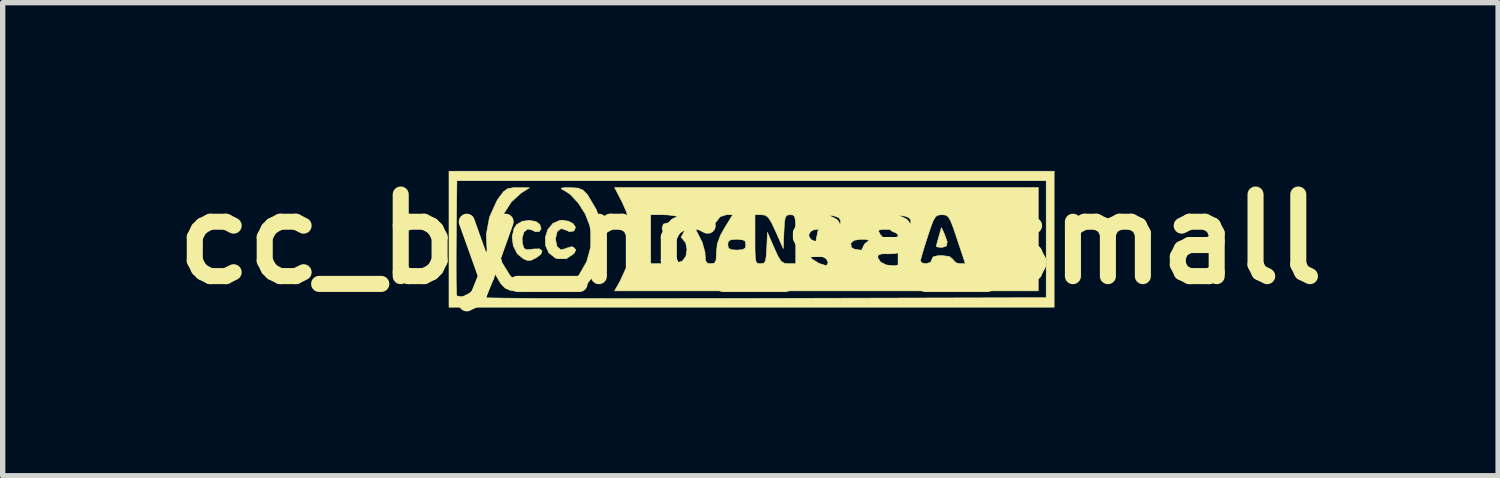
<source format=kicad_pcb>
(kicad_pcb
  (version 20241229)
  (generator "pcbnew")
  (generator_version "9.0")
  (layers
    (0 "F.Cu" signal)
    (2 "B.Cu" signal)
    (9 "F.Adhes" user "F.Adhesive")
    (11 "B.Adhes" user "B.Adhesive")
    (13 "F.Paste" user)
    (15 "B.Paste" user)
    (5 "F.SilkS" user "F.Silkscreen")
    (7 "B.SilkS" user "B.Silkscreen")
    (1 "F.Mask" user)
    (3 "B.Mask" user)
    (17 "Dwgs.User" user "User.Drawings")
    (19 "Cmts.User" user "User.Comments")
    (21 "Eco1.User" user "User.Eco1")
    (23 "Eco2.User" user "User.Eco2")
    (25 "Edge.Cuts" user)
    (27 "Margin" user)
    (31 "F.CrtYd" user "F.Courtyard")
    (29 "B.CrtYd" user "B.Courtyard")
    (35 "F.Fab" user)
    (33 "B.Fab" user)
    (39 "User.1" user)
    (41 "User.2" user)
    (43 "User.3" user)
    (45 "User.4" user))
  (footprint "cc_by_nc_sa_small"
    (layer "F.Cu")
    (at 10.966 1.418)
    (property "Reference" "cc_by_nc_sa_small" (at 0 0 0) (layer "F.SilkS") (effects (font (size 1.524 1.524) (thickness 0.3))))
    (attr through_hole)
    (fp_poly (pts (xy -1.462 -0.281) (xy -1.439 -0.203) (xy -1.464 -0.124) (xy -1.545 -0.102) (xy -1.628 -0.125) (xy -1.651 -0.203) (xy -1.626 -0.283) (xy -1.545 -0.305) (xy -1.462 -0.281)) (stroke (width 0.01) (type solid)) (fill yes) (layer "F.SilkS"))
    (fp_poly (pts (xy -1.444 0.097) (xy -1.403 0.169) (xy -1.427 0.247) (xy -1.499 0.298) (xy -1.544 0.305) (xy -1.625 0.284) (xy -1.65 0.204) (xy -1.651 0.178) (xy -1.622 0.077) (xy -1.546 0.05) (xy -1.444 0.097)) (stroke (width 0.01) (type solid)) (fill yes) (layer "F.SilkS"))
    (fp_poly (pts (xy 3.624 -0.096) (xy 3.675 0.046) (xy 3.663 0.125) (xy 3.587 0.152) (xy 3.577 0.152) (xy 3.498 0.146) (xy 3.471 0.135) (xy 3.484 0.08) (xy 3.514 -0.032) (xy 3.52 -0.05) (xy 3.568 -0.217) (xy 3.624 -0.096)) (stroke (width 0.01) (type solid)) (fill yes) (layer "F.SilkS"))
    (fp_poly (pts (xy -4.128 -0.961) (xy -4.287 -0.86) (xy -4.465 -0.697) (xy -4.612 -0.469) (xy -4.706 -0.214) (xy -4.723 -0.121) (xy -4.719 0.169) (xy -4.637 0.442) (xy -4.488 0.682) (xy -4.278 0.871) (xy -4.255 0.885) (xy -4.128 0.965) (xy -4.342 0.965) (xy -4.485 0.955) (xy -4.58 0.914) (xy -4.664 0.827) (xy -4.665 0.826) (xy -4.829 0.546) (xy -4.918 0.235) (xy -4.933 -0.09) (xy -4.873 -0.412) (xy -4.738 -0.713) (xy -4.697 -0.775) (xy -4.611 -0.889) (xy -4.533 -0.944) (xy -4.428 -0.962) (xy -4.347 -0.963) (xy -4.128 -0.961)) (stroke (width 0.01) (type solid)) (fill yes) (layer "F.SilkS"))
    (fp_poly (pts (xy -4.006 -0.33) (xy -3.934 -0.276) (xy -3.909 -0.193) (xy -3.945 -0.143) (xy -4.02 -0.141) (xy -4.07 -0.169) (xy -4.159 -0.191) (xy -4.23 -0.134) (xy -4.264 -0.022) (xy -4.258 0.078) (xy -4.232 0.165) (xy -4.186 0.197) (xy -4.091 0.189) (xy -4.062 0.183) (xy -3.942 0.18) (xy -3.891 0.218) (xy -3.914 0.281) (xy -4.002 0.347) (xy -4.097 0.393) (xy -4.166 0.396) (xy -4.233 0.37) (xy -4.354 0.272) (xy -4.429 0.124) (xy -4.451 -0.045) (xy -4.414 -0.202) (xy -4.368 -0.272) (xy -4.264 -0.334) (xy -4.131 -0.353) (xy -4.006 -0.33)) (stroke (width 0.01) (type solid)) (fill yes) (layer "F.SilkS"))
    (fp_poly (pts (xy -3.221 -0.955) (xy -3.126 -0.916) (xy -3.043 -0.83) (xy -3.04 -0.826) (xy -2.874 -0.545) (xy -2.781 -0.236) (xy -2.762 0.085) (xy -2.817 0.4) (xy -2.947 0.691) (xy -2.993 0.76) (xy -3.088 0.882) (xy -3.169 0.943) (xy -3.271 0.964) (xy -3.337 0.965) (xy -3.535 0.965) (xy -3.404 0.869) (xy -3.201 0.669) (xy -3.058 0.42) (xy -2.982 0.142) (xy -2.981 -0.146) (xy -3.002 -0.26) (xy -3.084 -0.471) (xy -3.213 -0.674) (xy -3.363 -0.835) (xy -3.449 -0.894) (xy -3.521 -0.934) (xy -3.533 -0.954) (xy -3.478 -0.961) (xy -3.363 -0.963) (xy -3.221 -0.955)) (stroke (width 0.01) (type solid)) (fill yes) (layer "F.SilkS"))
    (fp_poly (pts (xy -3.393 -0.335) (xy -3.306 -0.285) (xy -3.267 -0.221) (xy -3.293 -0.159) (xy -3.301 -0.153) (xy -3.383 -0.142) (xy -3.43 -0.165) (xy -3.533 -0.2) (xy -3.608 -0.146) (xy -3.64 -0.016) (xy -3.641 0) (xy -3.613 0.136) (xy -3.541 0.198) (xy -3.441 0.173) (xy -3.43 0.165) (xy -3.338 0.139) (xy -3.298 0.155) (xy -3.261 0.201) (xy -3.291 0.26) (xy -3.302 0.272) (xy -3.44 0.365) (xy -3.602 0.365) (xy -3.645 0.349) (xy -3.766 0.254) (xy -3.827 0.118) (xy -3.831 -0.035) (xy -3.785 -0.18) (xy -3.691 -0.294) (xy -3.556 -0.353) (xy -3.512 -0.356) (xy -3.393 -0.335)) (stroke (width 0.01) (type solid)) (fill yes) (layer "F.SilkS"))
    (fp_poly (pts (xy 5.673 1.27) (xy -5.63 1.27) (xy -5.63 0.551) (xy -5.496 0.551) (xy -5.495 0.786) (xy -5.491 0.957) (xy -5.486 1.046) (xy -5.484 1.053) (xy -5.467 1.063) (xy -5.42 1.071) (xy -5.339 1.079) (xy -5.221 1.086) (xy -5.061 1.091) (xy -4.855 1.096) (xy -4.601 1.1) (xy -4.294 1.103) (xy -3.931 1.106) (xy -3.507 1.107) (xy -3.02 1.108) (xy -2.464 1.109) (xy -1.837 1.108) (xy -1.134 1.107) (xy -0.352 1.106) (xy 0.03 1.105) (xy 5.524 1.092) (xy 5.524 -1.092) (xy -5.482 -1.092) (xy -5.494 -0.052) (xy -5.496 0.266) (xy -5.496 0.551) (xy -5.63 0.551) (xy -5.63 -1.27) (xy 5.673 -1.27) (xy 5.673 1.27)) (stroke (width 0.01) (type solid)) (fill yes) (layer "F.SilkS"))
    (fp_poly (pts (xy 5.376 -0.965) (xy 5.376 0.965) (xy -2.537 0.965) (xy -2.435 0.785) (xy -2.319 0.532) (xy -2.26 0.266) (xy -2.249 -0.047) (xy -2.251 -0.1) (xy -2.27 -0.327) (xy -2.302 -0.457) (xy -1.863 -0.457) (xy -1.863 0.457) (xy -1.606 0.457) (xy -1.454 0.449) (xy -1.326 0.427) (xy -1.267 0.405) (xy -1.205 0.317) (xy -1.185 0.189) (xy -1.209 0.068) (xy -1.254 0.01) (xy -1.296 -0.041) (xy -1.275 -0.072) (xy -1.232 -0.155) (xy -1.235 -0.272) (xy -1.279 -0.376) (xy -1.31 -0.405) (xy -1.397 -0.434) (xy -1.533 -0.453) (xy -1.627 -0.457) (xy -1.183 -0.457) (xy -1.015 -0.169) (xy -0.899 0.061) (xy -0.849 0.244) (xy -0.847 0.288) (xy -0.838 0.404) (xy -0.799 0.451) (xy -0.741 0.457) (xy -0.673 0.447) (xy -0.643 0.396) (xy -0.635 0.276) (xy -0.635 0.248) (xy -0.62 0.102) (xy -0.423 0.102) (xy -0.409 0.168) (xy -0.352 0.197) (xy -0.254 0.203) (xy -0.143 0.195) (xy -0.094 0.16) (xy -0.085 0.102) (xy -0.099 0.035) (xy -0.156 0.006) (xy -0.254 0) (xy -0.365 0.009) (xy -0.414 0.043) (xy -0.423 0.102) (xy -0.62 0.102) (xy -0.619 0.087) (xy -0.56 -0.071) (xy -0.483 -0.209) (xy -0.331 -0.457) (xy 0.085 -0.457) (xy 0.085 0) (xy 0.086 0.216) (xy 0.091 0.351) (xy 0.106 0.423) (xy 0.134 0.452) (xy 0.181 0.457) (xy 0.188 0.457) (xy 0.247 0.449) (xy 0.28 0.409) (xy 0.296 0.312) (xy 0.305 0.165) (xy 0.318 -0.127) (xy 0.445 0.165) (xy 0.518 0.325) (xy 0.576 0.413) (xy 0.636 0.45) (xy 0.709 0.457) (xy 0.847 0.457) (xy 0.847 0.037) (xy 1.012 0.037) (xy 1.052 0.22) (xy 1.15 0.369) (xy 1.282 0.452) (xy 1.406 0.491) (xy 1.489 0.501) (xy 1.57 0.485) (xy 1.598 0.476) (xy 1.672 0.42) (xy 1.693 0.361) (xy 1.685 0.334) (xy 2.378 0.334) (xy 2.379 0.346) (xy 2.432 0.429) (xy 2.541 0.481) (xy 2.682 0.496) (xy 2.829 0.468) (xy 2.864 0.454) (xy 2.927 0.41) (xy 3.175 0.41) (xy 3.211 0.445) (xy 3.281 0.457) (xy 3.366 0.431) (xy 3.387 0.381) (xy 3.412 0.33) (xy 3.498 0.308) (xy 3.573 0.305) (xy 3.714 0.322) (xy 3.78 0.374) (xy 3.783 0.381) (xy 3.84 0.44) (xy 3.911 0.457) (xy 4.014 0.457) (xy 3.862 0) (xy 3.791 -0.211) (xy 3.739 -0.344) (xy 3.695 -0.418) (xy 3.649 -0.45) (xy 3.59 -0.457) (xy 3.576 -0.457) (xy 3.51 -0.452) (xy 3.461 -0.424) (xy 3.417 -0.353) (xy 3.367 -0.223) (xy 3.309 -0.048) (xy 3.248 0.143) (xy 3.202 0.299) (xy 3.177 0.394) (xy 3.175 0.41) (xy 2.927 0.41) (xy 2.996 0.36) (xy 3.051 0.244) (xy 3.034 0.121) (xy 2.948 0.007) (xy 2.796 -0.085) (xy 2.747 -0.103) (xy 2.63 -0.157) (xy 2.594 -0.21) (xy 2.635 -0.251) (xy 2.748 -0.271) (xy 2.811 -0.271) (xy 2.933 -0.272) (xy 2.989 -0.293) (xy 2.998 -0.341) (xy 2.997 -0.347) (xy 2.967 -0.399) (xy 2.888 -0.431) (xy 2.743 -0.447) (xy 2.602 -0.451) (xy 2.518 -0.434) (xy 2.465 -0.387) (xy 2.432 -0.333) (xy 2.386 -0.231) (xy 2.393 -0.152) (xy 2.425 -0.086) (xy 2.506 0.003) (xy 2.628 0.079) (xy 2.665 0.095) (xy 2.785 0.154) (xy 2.824 0.208) (xy 2.785 0.249) (xy 2.672 0.271) (xy 2.586 0.272) (xy 2.456 0.273) (xy 2.392 0.292) (xy 2.378 0.334) (xy 1.685 0.334) (xy 1.676 0.307) (xy 1.61 0.29) (xy 1.531 0.295) (xy 1.372 0.279) (xy 1.27 0.189) (xy 1.239 0.072) (xy 1.875 0.072) (xy 1.884 0.152) (xy 1.939 0.185) (xy 2.045 0.202) (xy 2.077 0.203) (xy 2.187 0.194) (xy 2.235 0.159) (xy 2.244 0.102) (xy 2.229 0.035) (xy 2.171 0.005) (xy 2.077 0) (xy 1.941 0.019) (xy 1.875 0.072) (xy 1.239 0.072) (xy 1.228 0.032) (xy 1.228 0.004) (xy 1.263 -0.16) (xy 1.359 -0.264) (xy 1.502 -0.295) (xy 1.547 -0.289) (xy 1.647 -0.277) (xy 1.685 -0.299) (xy 1.685 -0.346) (xy 1.653 -0.402) (xy 1.566 -0.434) (xy 1.457 -0.447) (xy 1.318 -0.448) (xy 1.226 -0.418) (xy 1.145 -0.344) (xy 1.13 -0.326) (xy 1.037 -0.153) (xy 1.012 0.037) (xy 0.847 0.037) (xy 0.847 0) (xy 0.846 -0.216) (xy 0.84 -0.351) (xy 0.825 -0.423) (xy 0.797 -0.452) (xy 0.75 -0.457) (xy 0.743 -0.457) (xy 0.686 -0.45) (xy 0.653 -0.413) (xy 0.636 -0.322) (xy 0.627 -0.154) (xy 0.626 -0.141) (xy 0.614 0.175) (xy 0.474 -0.141) (xy 0.395 -0.309) (xy 0.335 -0.405) (xy 0.277 -0.448) (xy 0.209 -0.457) (xy 0.085 -0.457) (xy -0.331 -0.457) (xy -0.451 -0.457) (xy -0.564 -0.421) (xy -0.656 -0.305) (xy -0.718 -0.205) (xy -0.76 -0.154) (xy -0.763 -0.153) (xy -0.798 -0.192) (xy -0.852 -0.287) (xy -0.861 -0.305) (xy -0.942 -0.42) (xy -1.045 -0.457) (xy -1.059 -0.457) (xy -1.183 -0.457) (xy -1.627 -0.457) (xy -1.863 -0.457) (xy -2.302 -0.457) (xy -2.313 -0.504) (xy -2.391 -0.683) (xy -2.402 -0.705) (xy -2.537 -0.965) (xy 1.42 -0.965) (xy 5.376 -0.965)) (stroke (width 0.01) (type solid)) (fill yes) (layer "F.SilkS")))
  (gr_rect
    (start -3 -3)
    (end 24.931 5.836)
    (stroke (width 0.1) (type default))
    (fill no)
    (layer "Edge.Cuts")))
</source>
